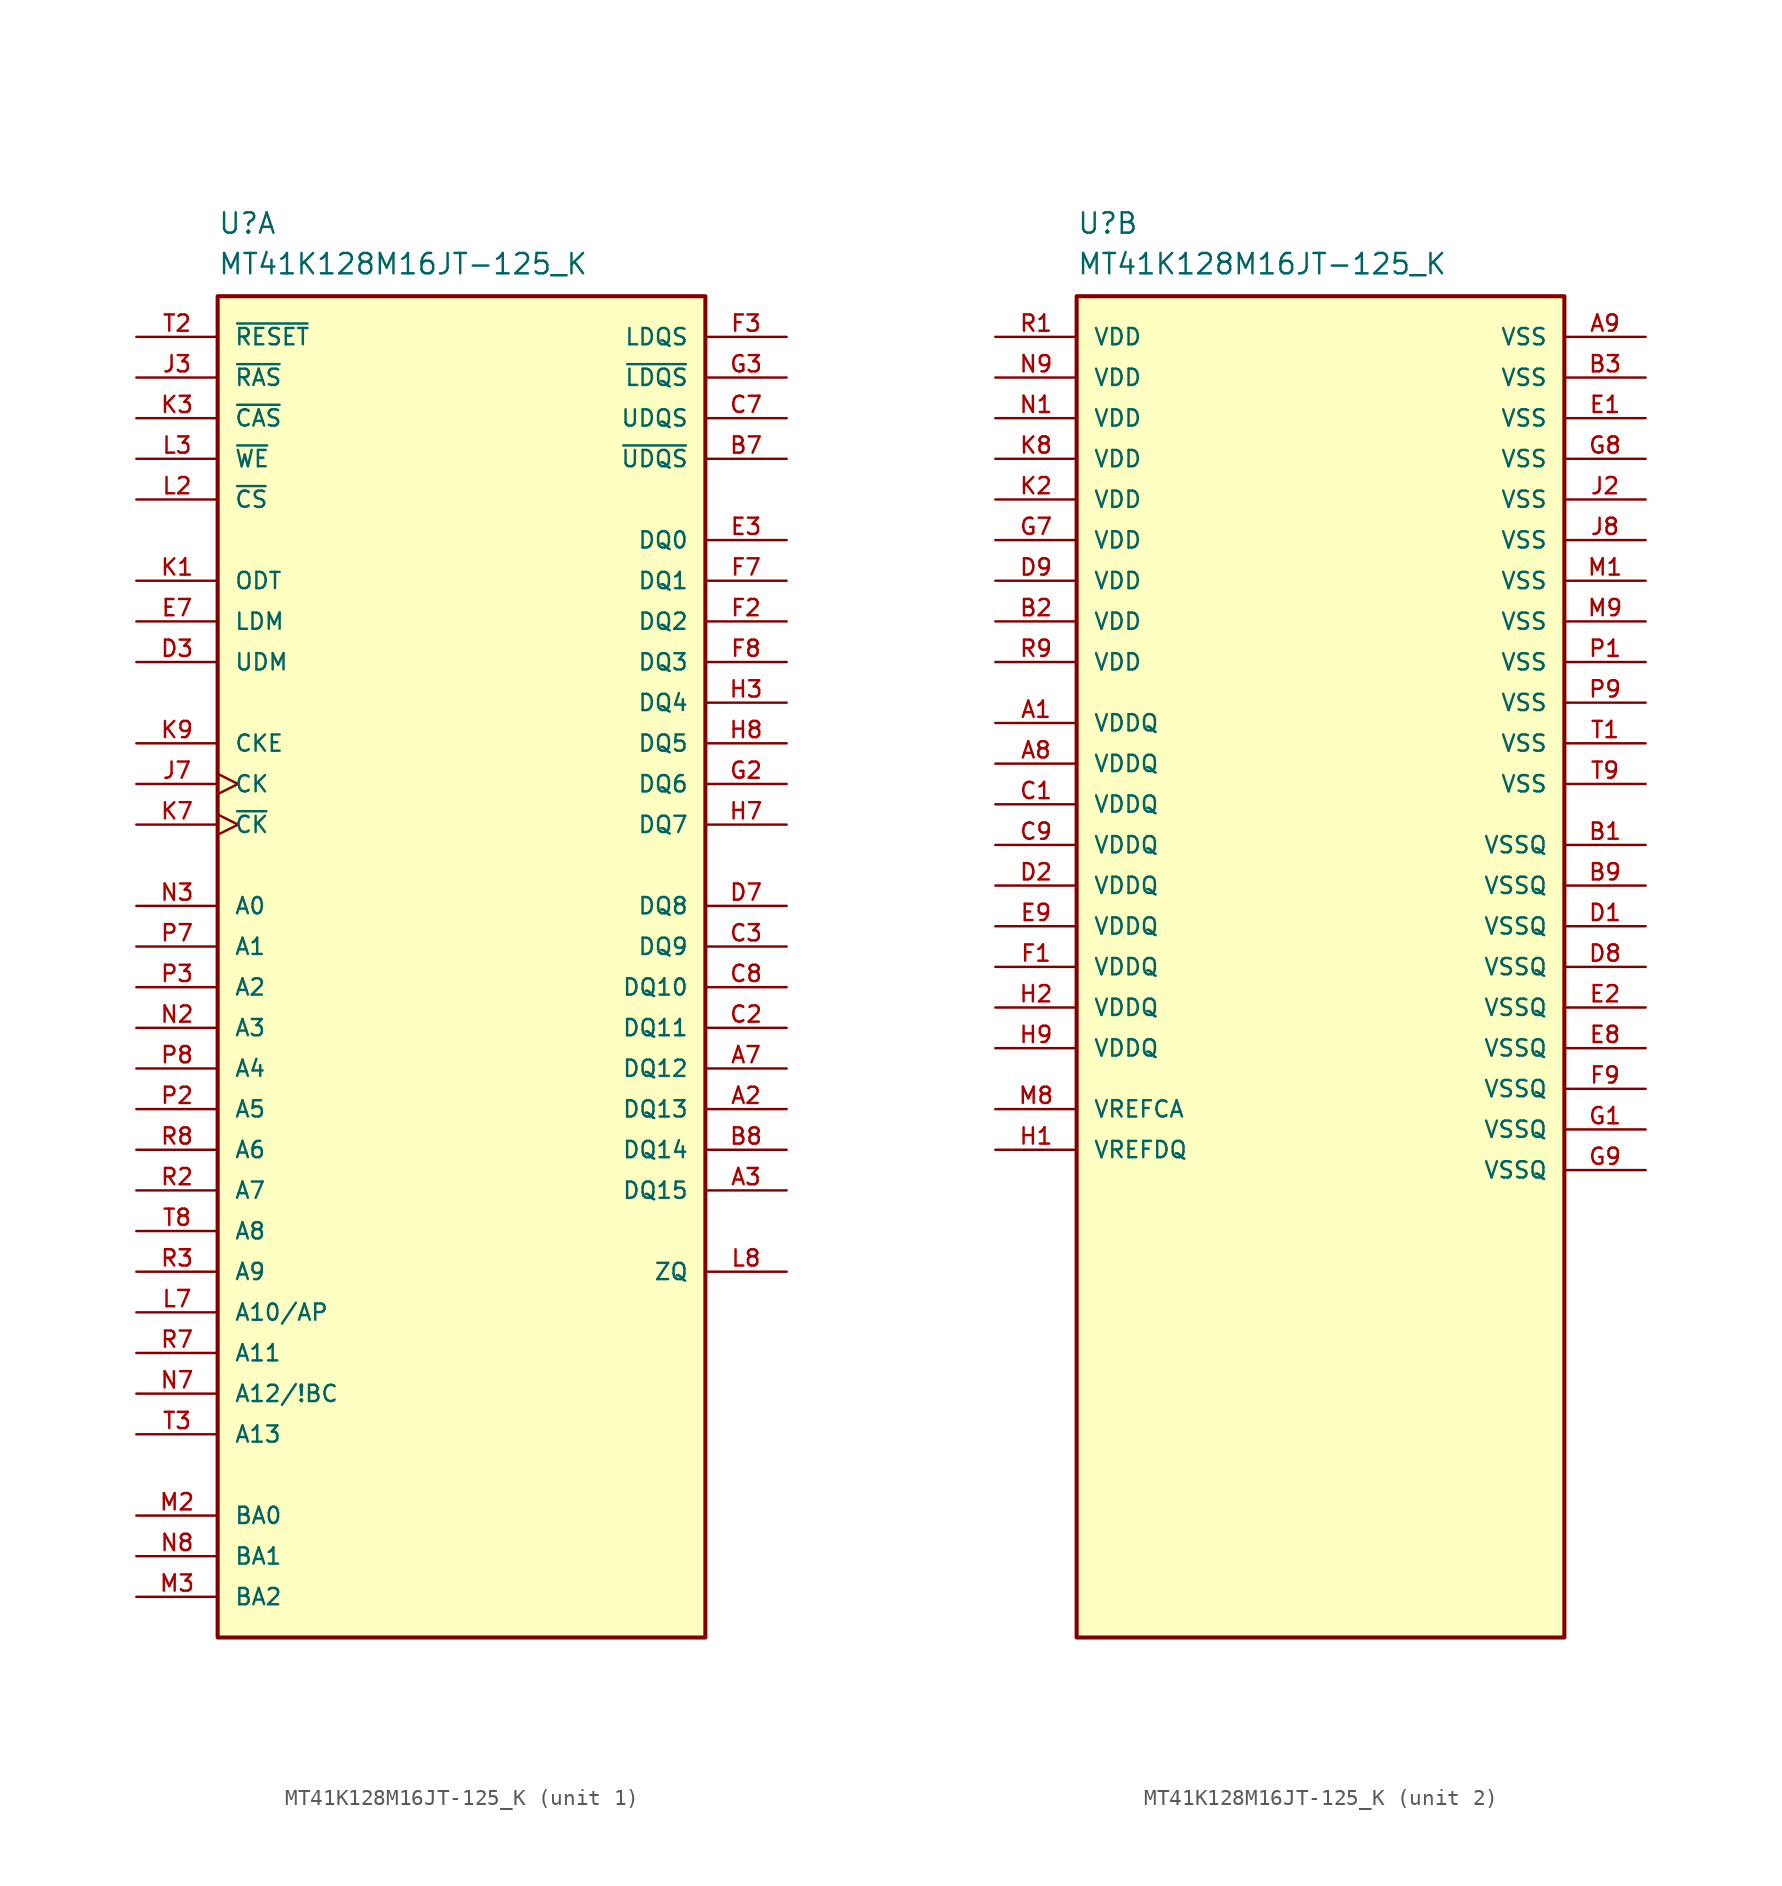
<source format=kicad_sym>
(kicad_symbol_lib
  (version 20211014)
  (generator kicad_symbol_editor)
  (symbol "MT41K128M16JT-125_K"
    (pin_names
      (offset 1.016))
    (property "Reference" "U"
      (at 0 3.81 0)
      (effects (font (size 1.27 1.27)) (justify left bottom)))
    (property "Value" "MT41K128M16JT-125_K"
      (at 0 1.27 0)
      (effects (font (size 1.27 1.27)) (justify left bottom)))
    (symbol "MT41K128M16JT-125_K_0_0"
      (rectangle (start 0 0) (end 30.48 -83.82) (stroke (width 0.254) (type default) (color 0 0 0 0)) (fill (type background))))
    (symbol "MT41K128M16JT-125_K_1_1"
      (pin bidirectional line (at 35.56 -50.8 180) (length 5.08) (name "DQ13" (effects (font (size 1.016 1.016)))) (number "A2" (effects (font (size 1.016 1.016)))))
      (pin bidirectional line (at 35.56 -55.88 180) (length 5.08) (name "DQ15" (effects (font (size 1.016 1.016)))) (number "A3" (effects (font (size 1.016 1.016)))))
      (pin bidirectional line (at 35.56 -48.26 180) (length 5.08) (name "DQ12" (effects (font (size 1.016 1.016)))) (number "A7" (effects (font (size 1.016 1.016)))))
      (pin bidirectional line (at 35.56 -10.16 180) (length 5.08) (name "~{UDQS}" (effects (font (size 1.016 1.016)))) (number "B7" (effects (font (size 1.016 1.016)))))
      (pin bidirectional line (at 35.56 -53.34 180) (length 5.08) (name "DQ14" (effects (font (size 1.016 1.016)))) (number "B8" (effects (font (size 1.016 1.016)))))
      (pin bidirectional line (at 35.56 -45.72 180) (length 5.08) (name "DQ11" (effects (font (size 1.016 1.016)))) (number "C2" (effects (font (size 1.016 1.016)))))
      (pin bidirectional line (at 35.56 -40.64 180) (length 5.08) (name "DQ9" (effects (font (size 1.016 1.016)))) (number "C3" (effects (font (size 1.016 1.016)))))
      (pin bidirectional line (at 35.56 -7.62 180) (length 5.08) (name "UDQS" (effects (font (size 1.016 1.016)))) (number "C7" (effects (font (size 1.016 1.016)))))
      (pin bidirectional line (at 35.56 -43.18 180) (length 5.08) (name "DQ10" (effects (font (size 1.016 1.016)))) (number "C8" (effects (font (size 1.016 1.016)))))
      (pin input line (at -5.08 -22.86 0) (length 5.08) (name "UDM" (effects (font (size 1.016 1.016)))) (number "D3" (effects (font (size 1.016 1.016)))))
      (pin bidirectional line (at 35.56 -38.1 180) (length 5.08) (name "DQ8" (effects (font (size 1.016 1.016)))) (number "D7" (effects (font (size 1.016 1.016)))))
      (pin bidirectional line (at 35.56 -15.24 180) (length 5.08) (name "DQ0" (effects (font (size 1.016 1.016)))) (number "E3" (effects (font (size 1.016 1.016)))))
      (pin input line (at -5.08 -20.32 0) (length 5.08) (name "LDM" (effects (font (size 1.016 1.016)))) (number "E7" (effects (font (size 1.016 1.016)))))
      (pin bidirectional line (at 35.56 -20.32 180) (length 5.08) (name "DQ2" (effects (font (size 1.016 1.016)))) (number "F2" (effects (font (size 1.016 1.016)))))
      (pin bidirectional line (at 35.56 -2.54 180) (length 5.08) (name "LDQS" (effects (font (size 1.016 1.016)))) (number "F3" (effects (font (size 1.016 1.016)))))
      (pin bidirectional line (at 35.56 -17.78 180) (length 5.08) (name "DQ1" (effects (font (size 1.016 1.016)))) (number "F7" (effects (font (size 1.016 1.016)))))
      (pin bidirectional line (at 35.56 -22.86 180) (length 5.08) (name "DQ3" (effects (font (size 1.016 1.016)))) (number "F8" (effects (font (size 1.016 1.016)))))
      (pin bidirectional line (at 35.56 -30.48 180) (length 5.08) (name "DQ6" (effects (font (size 1.016 1.016)))) (number "G2" (effects (font (size 1.016 1.016)))))
      (pin bidirectional line (at 35.56 -5.08 180) (length 5.08) (name "~{LDQS}" (effects (font (size 1.016 1.016)))) (number "G3" (effects (font (size 1.016 1.016)))))
      (pin bidirectional line (at 35.56 -25.4 180) (length 5.08) (name "DQ4" (effects (font (size 1.016 1.016)))) (number "H3" (effects (font (size 1.016 1.016)))))
      (pin bidirectional line (at 35.56 -33.02 180) (length 5.08) (name "DQ7" (effects (font (size 1.016 1.016)))) (number "H7" (effects (font (size 1.016 1.016)))))
      (pin bidirectional line (at 35.56 -27.94 180) (length 5.08) (name "DQ5" (effects (font (size 1.016 1.016)))) (number "H8" (effects (font (size 1.016 1.016)))))
      (pin no_connect line (at 30.48 -83.82 180) (length 2.54) hide (name "" (effects (font (size 1.27 1.27)))) (number "J1" (effects (font (size 1.27 1.27)))))
      (pin input line (at -5.08 -5.08 0) (length 5.08) (name "~{RAS}" (effects (font (size 1.016 1.016)))) (number "J3" (effects (font (size 1.016 1.016)))))
      (pin input clock (at -5.08 -30.48 0) (length 5.08) (name "CK" (effects (font (size 1.016 1.016)))) (number "J7" (effects (font (size 1.016 1.016)))))
      (pin no_connect line (at 30.48 -83.82 180) (length 2.54) hide (name "" (effects (font (size 1.27 1.27)))) (number "J9" (effects (font (size 1.27 1.27)))))
      (pin input line (at -5.08 -17.78 0) (length 5.08) (name "ODT" (effects (font (size 1.016 1.016)))) (number "K1" (effects (font (size 1.016 1.016)))))
      (pin input line (at -5.08 -7.62 0) (length 5.08) (name "~{CAS}" (effects (font (size 1.016 1.016)))) (number "K3" (effects (font (size 1.016 1.016)))))
      (pin input clock (at -5.08 -33.02 0) (length 5.08) (name "~{CK}" (effects (font (size 1.016 1.016)))) (number "K7" (effects (font (size 1.016 1.016)))))
      (pin input line (at -5.08 -27.94 0) (length 5.08) (name "CKE" (effects (font (size 1.016 1.016)))) (number "K9" (effects (font (size 1.016 1.016)))))
      (pin no_connect line (at 30.48 -83.82 180) (length 2.54) hide (name "" (effects (font (size 1.27 1.27)))) (number "L1" (effects (font (size 1.27 1.27)))))
      (pin input line (at -5.08 -12.7 0) (length 5.08) (name "~{CS}" (effects (font (size 1.016 1.016)))) (number "L2" (effects (font (size 1.016 1.016)))))
      (pin input line (at -5.08 -10.16 0) (length 5.08) (name "~{WE}" (effects (font (size 1.016 1.016)))) (number "L3" (effects (font (size 1.016 1.016)))))
      (pin input line (at -5.08 -63.5 0) (length 5.08) (name "A10/AP" (effects (font (size 1.016 1.016)))) (number "L7" (effects (font (size 1.016 1.016)))))
      (pin passive line (at 35.56 -60.96 180) (length 5.08) (name "ZQ" (effects (font (size 1.016 1.016)))) (number "L8" (effects (font (size 1.016 1.016)))))
      (pin no_connect line (at 30.48 -83.82 180) (length 2.54) hide (name "" (effects (font (size 1.27 1.27)))) (number "L9" (effects (font (size 1.27 1.27)))))
      (pin input line (at -5.08 -76.2 0) (length 5.08) (name "BA0" (effects (font (size 1.016 1.016)))) (number "M2" (effects (font (size 1.016 1.016)))))
      (pin input line (at -5.08 -81.28 0) (length 5.08) (name "BA2" (effects (font (size 1.016 1.016)))) (number "M3" (effects (font (size 1.016 1.016)))))
      (pin no_connect line (at 30.48 -83.82 180) (length 2.54) hide (name "" (effects (font (size 1.27 1.27)))) (number "M7" (effects (font (size 1.27 1.27)))))
      (pin input line (at -5.08 -45.72 0) (length 5.08) (name "A3" (effects (font (size 1.016 1.016)))) (number "N2" (effects (font (size 1.016 1.016)))))
      (pin input line (at -5.08 -38.1 0) (length 5.08) (name "A0" (effects (font (size 1.016 1.016)))) (number "N3" (effects (font (size 1.016 1.016)))))
      (pin input line (at -5.08 -68.58 0) (length 5.08) (name "A12/!BC" (effects (font (size 1.016 1.016)))) (number "N7" (effects (font (size 1.016 1.016)))))
      (pin input line (at -5.08 -78.74 0) (length 5.08) (name "BA1" (effects (font (size 1.016 1.016)))) (number "N8" (effects (font (size 1.016 1.016)))))
      (pin input line (at -5.08 -50.8 0) (length 5.08) (name "A5" (effects (font (size 1.016 1.016)))) (number "P2" (effects (font (size 1.016 1.016)))))
      (pin input line (at -5.08 -43.18 0) (length 5.08) (name "A2" (effects (font (size 1.016 1.016)))) (number "P3" (effects (font (size 1.016 1.016)))))
      (pin input line (at -5.08 -40.64 0) (length 5.08) (name "A1" (effects (font (size 1.016 1.016)))) (number "P7" (effects (font (size 1.016 1.016)))))
      (pin input line (at -5.08 -48.26 0) (length 5.08) (name "A4" (effects (font (size 1.016 1.016)))) (number "P8" (effects (font (size 1.016 1.016)))))
      (pin input line (at -5.08 -55.88 0) (length 5.08) (name "A7" (effects (font (size 1.016 1.016)))) (number "R2" (effects (font (size 1.016 1.016)))))
      (pin input line (at -5.08 -60.96 0) (length 5.08) (name "A9" (effects (font (size 1.016 1.016)))) (number "R3" (effects (font (size 1.016 1.016)))))
      (pin input line (at -5.08 -66.04 0) (length 5.08) (name "A11" (effects (font (size 1.016 1.016)))) (number "R7" (effects (font (size 1.016 1.016)))))
      (pin input line (at -5.08 -53.34 0) (length 5.08) (name "A6" (effects (font (size 1.016 1.016)))) (number "R8" (effects (font (size 1.016 1.016)))))
      (pin input line (at -5.08 -2.54 0) (length 5.08) (name "~{RESET}" (effects (font (size 1.016 1.016)))) (number "T2" (effects (font (size 1.016 1.016)))))
      (pin input line (at -5.08 -71.12 0) (length 5.08) (name "A13" (effects (font (size 1.016 1.016)))) (number "T3" (effects (font (size 1.016 1.016)))))
      (pin no_connect line (at 30.48 -83.82 180) (length 2.54) hide (name "" (effects (font (size 1.27 1.27)))) (number "T7" (effects (font (size 1.27 1.27)))))
      (pin input line (at -5.08 -58.42 0) (length 5.08) (name "A8" (effects (font (size 1.016 1.016)))) (number "T8" (effects (font (size 1.016 1.016))))))
    (symbol "MT41K128M16JT-125_K_2_1"
      (pin power_in line (at -5.08 -26.67 0) (length 5.08) (name "VDDQ" (effects (font (size 1.016 1.016)))) (number "A1" (effects (font (size 1.016 1.016)))))
      (pin power_in line (at -5.08 -29.21 0) (length 5.08) (name "VDDQ" (effects (font (size 1.016 1.016)))) (number "A8" (effects (font (size 1.016 1.016)))))
      (pin passive line (at 35.56 -2.54 180) (length 5.08) (name "VSS" (effects (font (size 1.016 1.016)))) (number "A9" (effects (font (size 1.016 1.016)))))
      (pin passive line (at 35.56 -34.29 180) (length 5.08) (name "VSSQ" (effects (font (size 1.016 1.016)))) (number "B1" (effects (font (size 1.016 1.016)))))
      (pin power_in line (at -5.08 -20.32 0) (length 5.08) (name "VDD" (effects (font (size 1.016 1.016)))) (number "B2" (effects (font (size 1.016 1.016)))))
      (pin passive line (at 35.56 -5.08 180) (length 5.08) (name "VSS" (effects (font (size 1.016 1.016)))) (number "B3" (effects (font (size 1.016 1.016)))))
      (pin passive line (at 35.56 -36.83 180) (length 5.08) (name "VSSQ" (effects (font (size 1.016 1.016)))) (number "B9" (effects (font (size 1.016 1.016)))))
      (pin power_in line (at -5.08 -31.75 0) (length 5.08) (name "VDDQ" (effects (font (size 1.016 1.016)))) (number "C1" (effects (font (size 1.016 1.016)))))
      (pin power_in line (at -5.08 -34.29 0) (length 5.08) (name "VDDQ" (effects (font (size 1.016 1.016)))) (number "C9" (effects (font (size 1.016 1.016)))))
      (pin passive line (at 35.56 -39.37 180) (length 5.08) (name "VSSQ" (effects (font (size 1.016 1.016)))) (number "D1" (effects (font (size 1.016 1.016)))))
      (pin power_in line (at -5.08 -36.83 0) (length 5.08) (name "VDDQ" (effects (font (size 1.016 1.016)))) (number "D2" (effects (font (size 1.016 1.016)))))
      (pin passive line (at 35.56 -41.91 180) (length 5.08) (name "VSSQ" (effects (font (size 1.016 1.016)))) (number "D8" (effects (font (size 1.016 1.016)))))
      (pin power_in line (at -5.08 -17.78 0) (length 5.08) (name "VDD" (effects (font (size 1.016 1.016)))) (number "D9" (effects (font (size 1.016 1.016)))))
      (pin passive line (at 35.56 -7.62 180) (length 5.08) (name "VSS" (effects (font (size 1.016 1.016)))) (number "E1" (effects (font (size 1.016 1.016)))))
      (pin passive line (at 35.56 -44.45 180) (length 5.08) (name "VSSQ" (effects (font (size 1.016 1.016)))) (number "E2" (effects (font (size 1.016 1.016)))))
      (pin passive line (at 35.56 -46.99 180) (length 5.08) (name "VSSQ" (effects (font (size 1.016 1.016)))) (number "E8" (effects (font (size 1.016 1.016)))))
      (pin power_in line (at -5.08 -39.37 0) (length 5.08) (name "VDDQ" (effects (font (size 1.016 1.016)))) (number "E9" (effects (font (size 1.016 1.016)))))
      (pin power_in line (at -5.08 -41.91 0) (length 5.08) (name "VDDQ" (effects (font (size 1.016 1.016)))) (number "F1" (effects (font (size 1.016 1.016)))))
      (pin passive line (at 35.56 -49.53 180) (length 5.08) (name "VSSQ" (effects (font (size 1.016 1.016)))) (number "F9" (effects (font (size 1.016 1.016)))))
      (pin passive line (at 35.56 -52.07 180) (length 5.08) (name "VSSQ" (effects (font (size 1.016 1.016)))) (number "G1" (effects (font (size 1.016 1.016)))))
      (pin power_in line (at -5.08 -15.24 0) (length 5.08) (name "VDD" (effects (font (size 1.016 1.016)))) (number "G7" (effects (font (size 1.016 1.016)))))
      (pin passive line (at 35.56 -10.16 180) (length 5.08) (name "VSS" (effects (font (size 1.016 1.016)))) (number "G8" (effects (font (size 1.016 1.016)))))
      (pin passive line (at 35.56 -54.61 180) (length 5.08) (name "VSSQ" (effects (font (size 1.016 1.016)))) (number "G9" (effects (font (size 1.016 1.016)))))
      (pin power_in line (at -5.08 -53.34 0) (length 5.08) (name "VREFDQ" (effects (font (size 1.016 1.016)))) (number "H1" (effects (font (size 1.016 1.016)))))
      (pin power_in line (at -5.08 -44.45 0) (length 5.08) (name "VDDQ" (effects (font (size 1.016 1.016)))) (number "H2" (effects (font (size 1.016 1.016)))))
      (pin power_in line (at -5.08 -46.99 0) (length 5.08) (name "VDDQ" (effects (font (size 1.016 1.016)))) (number "H9" (effects (font (size 1.016 1.016)))))
      (pin passive line (at 35.56 -12.7 180) (length 5.08) (name "VSS" (effects (font (size 1.016 1.016)))) (number "J2" (effects (font (size 1.016 1.016)))))
      (pin passive line (at 35.56 -15.24 180) (length 5.08) (name "VSS" (effects (font (size 1.016 1.016)))) (number "J8" (effects (font (size 1.016 1.016)))))
      (pin power_in line (at -5.08 -12.7 0) (length 5.08) (name "VDD" (effects (font (size 1.016 1.016)))) (number "K2" (effects (font (size 1.016 1.016)))))
      (pin power_in line (at -5.08 -10.16 0) (length 5.08) (name "VDD" (effects (font (size 1.016 1.016)))) (number "K8" (effects (font (size 1.016 1.016)))))
      (pin passive line (at 35.56 -17.78 180) (length 5.08) (name "VSS" (effects (font (size 1.016 1.016)))) (number "M1" (effects (font (size 1.016 1.016)))))
      (pin power_in line (at -5.08 -50.8 0) (length 5.08) (name "VREFCA" (effects (font (size 1.016 1.016)))) (number "M8" (effects (font (size 1.016 1.016)))))
      (pin passive line (at 35.56 -20.32 180) (length 5.08) (name "VSS" (effects (font (size 1.016 1.016)))) (number "M9" (effects (font (size 1.016 1.016)))))
      (pin power_in line (at -5.08 -7.62 0) (length 5.08) (name "VDD" (effects (font (size 1.016 1.016)))) (number "N1" (effects (font (size 1.016 1.016)))))
      (pin power_in line (at -5.08 -5.08 0) (length 5.08) (name "VDD" (effects (font (size 1.016 1.016)))) (number "N9" (effects (font (size 1.016 1.016)))))
      (pin passive line (at 35.56 -22.86 180) (length 5.08) (name "VSS" (effects (font (size 1.016 1.016)))) (number "P1" (effects (font (size 1.016 1.016)))))
      (pin passive line (at 35.56 -25.4 180) (length 5.08) (name "VSS" (effects (font (size 1.016 1.016)))) (number "P9" (effects (font (size 1.016 1.016)))))
      (pin power_in line (at -5.08 -2.54 0) (length 5.08) (name "VDD" (effects (font (size 1.016 1.016)))) (number "R1" (effects (font (size 1.016 1.016)))))
      (pin power_in line (at -5.08 -22.86 0) (length 5.08) (name "VDD" (effects (font (size 1.016 1.016)))) (number "R9" (effects (font (size 1.016 1.016)))))
      (pin passive line (at 35.56 -27.94 180) (length 5.08) (name "VSS" (effects (font (size 1.016 1.016)))) (number "T1" (effects (font (size 1.016 1.016)))))
      (pin passive line (at 35.56 -30.48 180) (length 5.08) (name "VSS" (effects (font (size 1.016 1.016)))) (number "T9" (effects (font (size 1.016 1.016))))))))
</source>
